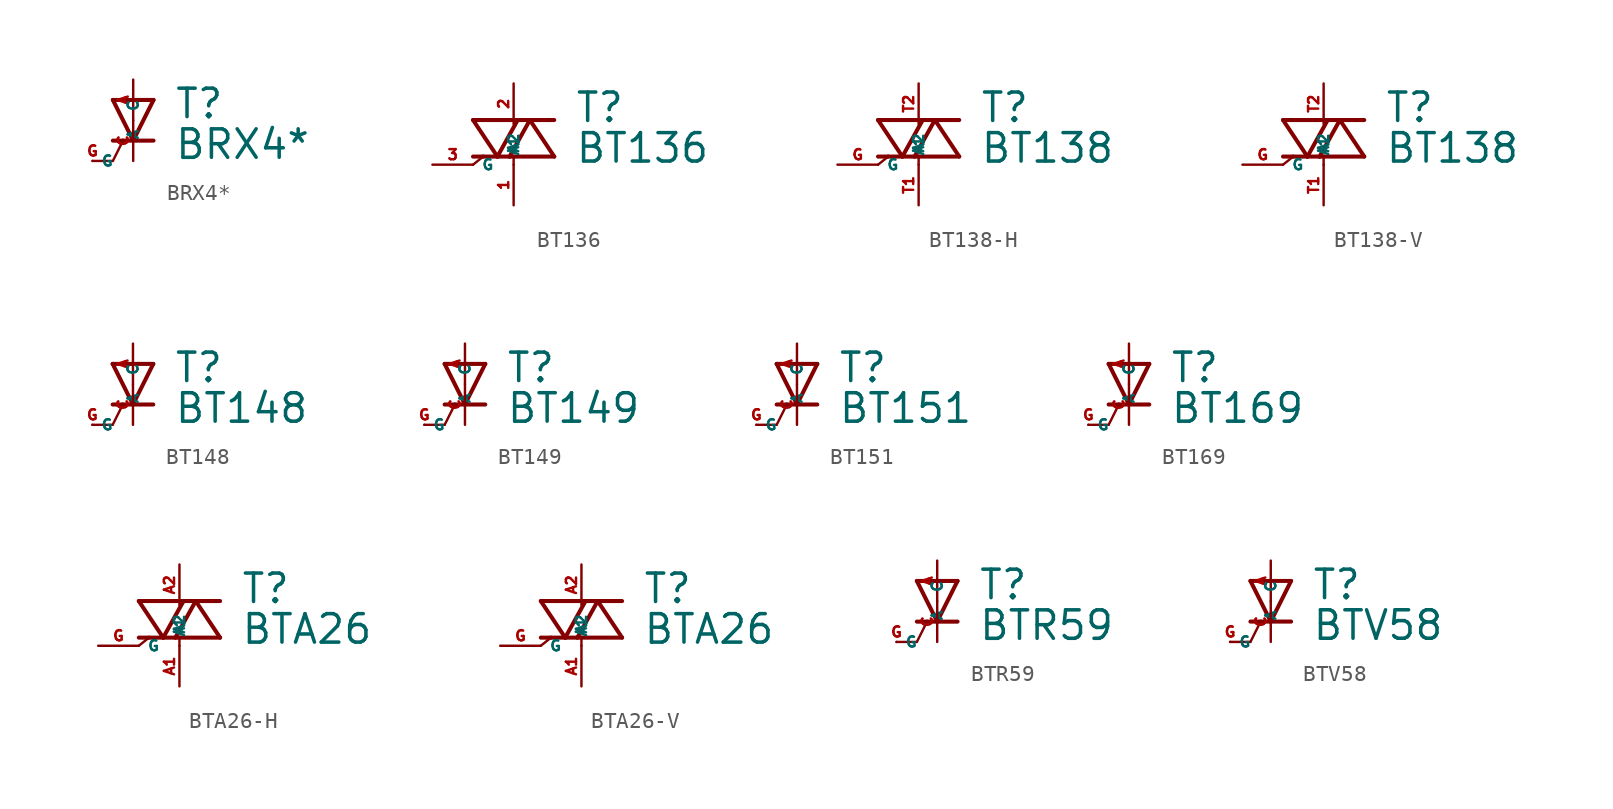
<source format=kicad_sym>
(kicad_symbol_lib
  (version 20220914)
  (generator Eagle2Kicad)
  (symbol "BRX4*"
    (property "Reference" "T"
      (at 2.54 0 0)
      (effects (font (size 1.778 1.778) (thickness 0.22)) (justify left bottom)))
    (property "Value" "BRX4*"
      (at 2.54 -2.54 0)
      (effects (font (size 1.778 1.778) (thickness 0.22)) (justify left bottom)))
    (polyline
      (pts (xy 0 -1.27) (xy 1.27 -1.27))
      (stroke (width 0.254) (type default))
      (fill (type none)))
    (polyline
      (pts (xy -1.27 -1.27) (xy -0.635 -1.27))
      (stroke (width 0.254) (type default))
      (fill (type none)))
    (polyline
      (pts (xy 1.27 1.27) (xy 0 -1.27))
      (stroke (width 0.254) (type default))
      (fill (type none)))
    (polyline
      (pts (xy 0 -1.27) (xy -1.27 1.27))
      (stroke (width 0.254) (type default))
      (fill (type none)))
    (polyline
      (pts (xy -0.635 -1.27) (xy -1.27 -2.54))
      (stroke (width 0.152) (type default))
      (fill (type none)))
    (polyline
      (pts (xy -0.635 -1.27) (xy 0 -1.27))
      (stroke (width 0.254) (type default))
      (fill (type none)))
    (polyline
      (pts (xy -1.27 -2.54) (xy -2.54 -2.54))
      (stroke (width 0.152) (type default))
      (fill (type none)))
    (polyline
      (pts (xy -1.27 1.27) (xy 1.27 1.27))
      (stroke (width 0.254) (type default))
      (fill (type none)))
    (pin passive line
      (at 0 -2.54 90)
      (length 2.54)
      (name "C" (effects (font (size 0.635 0.635) (thickness 0.08)) (justify left bottom)))
      (number "C" (effects (font (size 0.635 0.635) (thickness 0.08)) (justify left bottom))))
    (pin passive line
      (at 0 2.54 270)
      (length 2.54)
      (name "A" (effects (font (size 0.635 0.635) (thickness 0.08)) (justify left bottom)))
      (number "A" (effects (font (size 0.635 0.635) (thickness 0.08)) (justify left bottom))))
    (pin passive line
      (at -2.54 -2.54 0)
      (length 0)
      (name "G" (effects (font (size 0.635 0.635) (thickness 0.08)) (justify left bottom)))
      (number "G" (effects (font (size 0.635 0.635) (thickness 0.08)) (justify left bottom)))))
  (symbol "BT136"
    (property "Reference" "T"
      (at 3.81 2.54 0)
      (effects (font (size 1.778 1.778) (thickness 0.22)) (justify left bottom)))
    (property "Value" "BT136"
      (at 3.81 0 0)
      (effects (font (size 1.778 1.778) (thickness 0.22)) (justify left bottom)))
    (polyline
      (pts (xy -2.54 2.794) (xy -1.016 0.508))
      (stroke (width 0.254) (type default))
      (fill (type none)))
    (polyline
      (pts (xy -1.016 0.508) (xy 0.254 2.794))
      (stroke (width 0.254) (type default))
      (fill (type none)))
    (polyline
      (pts (xy 0.254 2.794) (xy -2.54 2.794))
      (stroke (width 0.254) (type default))
      (fill (type none)))
    (polyline
      (pts (xy 1.016 2.794) (xy 0.254 2.794))
      (stroke (width 0.254) (type default))
      (fill (type none)))
    (polyline
      (pts (xy -0.254 0.508) (xy 1.016 2.794))
      (stroke (width 0.254) (type default))
      (fill (type none)))
    (polyline
      (pts (xy 1.016 2.794) (xy 2.54 0.508))
      (stroke (width 0.254) (type default))
      (fill (type none)))
    (polyline
      (pts (xy 2.54 0.508) (xy 0 0.508))
      (stroke (width 0.254) (type default))
      (fill (type none)))
    (polyline
      (pts (xy 0 0.508) (xy -0.254 0.508))
      (stroke (width 0.254) (type default))
      (fill (type none)))
    (polyline
      (pts (xy 1.016 2.794) (xy 2.54 2.794))
      (stroke (width 0.254) (type default))
      (fill (type none)))
    (polyline
      (pts (xy -1.905 0.508) (xy -2.54 0))
      (stroke (width 0.152) (type default))
      (fill (type none)))
    (polyline
      (pts (xy -1.016 0.508) (xy -1.905 0.508))
      (stroke (width 0.254) (type default))
      (fill (type none)))
    (polyline
      (pts (xy -1.905 0.508) (xy -2.54 0.508))
      (stroke (width 0.254) (type default))
      (fill (type none)))
    (polyline
      (pts (xy -1.016 0.508) (xy -0.254 0.508))
      (stroke (width 0.254) (type default))
      (fill (type none)))
    (polyline
      (pts (xy 0 0) (xy 0 0.508))
      (stroke (width 0.152) (type default))
      (fill (type none)))
    (pin passive line
      (at 0 5.08 270)
      (length 2.54)
      (name "A2" (effects (font (size 0.635 0.635) (thickness 0.08)) (justify left bottom)))
      (number "2" (effects (font (size 0.635 0.635) (thickness 0.08)) (justify left bottom))))
    (pin passive line
      (at 0 -2.54 90)
      (length 2.54)
      (name "A1" (effects (font (size 0.635 0.635) (thickness 0.08)) (justify left bottom)))
      (number "1" (effects (font (size 0.635 0.635) (thickness 0.08)) (justify left bottom))))
    (pin passive line
      (at -5.08 0 0)
      (length 2.54)
      (name "G" (effects (font (size 0.635 0.635) (thickness 0.08)) (justify left bottom)))
      (number "3" (effects (font (size 0.635 0.635) (thickness 0.08)) (justify left bottom)))))
  (symbol "BT138-H"
    (property "Reference" "T"
      (at 3.81 2.54 0)
      (effects (font (size 1.778 1.778) (thickness 0.22)) (justify left bottom)))
    (property "Value" "BT138"
      (at 3.81 0 0)
      (effects (font (size 1.778 1.778) (thickness 0.22)) (justify left bottom)))
    (polyline
      (pts (xy -2.54 2.794) (xy -1.016 0.508))
      (stroke (width 0.254) (type default))
      (fill (type none)))
    (polyline
      (pts (xy -1.016 0.508) (xy 0.254 2.794))
      (stroke (width 0.254) (type default))
      (fill (type none)))
    (polyline
      (pts (xy 0.254 2.794) (xy -2.54 2.794))
      (stroke (width 0.254) (type default))
      (fill (type none)))
    (polyline
      (pts (xy 1.016 2.794) (xy 0.254 2.794))
      (stroke (width 0.254) (type default))
      (fill (type none)))
    (polyline
      (pts (xy -0.254 0.508) (xy 1.016 2.794))
      (stroke (width 0.254) (type default))
      (fill (type none)))
    (polyline
      (pts (xy 1.016 2.794) (xy 2.54 0.508))
      (stroke (width 0.254) (type default))
      (fill (type none)))
    (polyline
      (pts (xy 2.54 0.508) (xy 0 0.508))
      (stroke (width 0.254) (type default))
      (fill (type none)))
    (polyline
      (pts (xy 0 0.508) (xy -0.254 0.508))
      (stroke (width 0.254) (type default))
      (fill (type none)))
    (polyline
      (pts (xy 1.016 2.794) (xy 2.54 2.794))
      (stroke (width 0.254) (type default))
      (fill (type none)))
    (polyline
      (pts (xy -1.905 0.508) (xy -2.54 0))
      (stroke (width 0.152) (type default))
      (fill (type none)))
    (polyline
      (pts (xy -1.016 0.508) (xy -1.905 0.508))
      (stroke (width 0.254) (type default))
      (fill (type none)))
    (polyline
      (pts (xy -1.905 0.508) (xy -2.54 0.508))
      (stroke (width 0.254) (type default))
      (fill (type none)))
    (polyline
      (pts (xy -1.016 0.508) (xy -0.254 0.508))
      (stroke (width 0.254) (type default))
      (fill (type none)))
    (polyline
      (pts (xy 0 0) (xy 0 0.508))
      (stroke (width 0.152) (type default))
      (fill (type none)))
    (pin passive line
      (at 0 5.08 270)
      (length 2.54)
      (name "A2" (effects (font (size 0.635 0.635) (thickness 0.08)) (justify left bottom)))
      (number "T2" (effects (font (size 0.635 0.635) (thickness 0.08)) (justify left bottom))))
    (pin passive line
      (at 0 -2.54 90)
      (length 2.54)
      (name "A1" (effects (font (size 0.635 0.635) (thickness 0.08)) (justify left bottom)))
      (number "T1" (effects (font (size 0.635 0.635) (thickness 0.08)) (justify left bottom))))
    (pin passive line
      (at -5.08 0 0)
      (length 2.54)
      (name "G" (effects (font (size 0.635 0.635) (thickness 0.08)) (justify left bottom)))
      (number "G" (effects (font (size 0.635 0.635) (thickness 0.08)) (justify left bottom)))))
  (symbol "BT138-V"
    (property "Reference" "T"
      (at 3.81 2.54 0)
      (effects (font (size 1.778 1.778) (thickness 0.22)) (justify left bottom)))
    (property "Value" "BT138"
      (at 3.81 0 0)
      (effects (font (size 1.778 1.778) (thickness 0.22)) (justify left bottom)))
    (polyline
      (pts (xy -2.54 2.794) (xy -1.016 0.508))
      (stroke (width 0.254) (type default))
      (fill (type none)))
    (polyline
      (pts (xy -1.016 0.508) (xy 0.254 2.794))
      (stroke (width 0.254) (type default))
      (fill (type none)))
    (polyline
      (pts (xy 0.254 2.794) (xy -2.54 2.794))
      (stroke (width 0.254) (type default))
      (fill (type none)))
    (polyline
      (pts (xy 1.016 2.794) (xy 0.254 2.794))
      (stroke (width 0.254) (type default))
      (fill (type none)))
    (polyline
      (pts (xy -0.254 0.508) (xy 1.016 2.794))
      (stroke (width 0.254) (type default))
      (fill (type none)))
    (polyline
      (pts (xy 1.016 2.794) (xy 2.54 0.508))
      (stroke (width 0.254) (type default))
      (fill (type none)))
    (polyline
      (pts (xy 2.54 0.508) (xy 0 0.508))
      (stroke (width 0.254) (type default))
      (fill (type none)))
    (polyline
      (pts (xy 0 0.508) (xy -0.254 0.508))
      (stroke (width 0.254) (type default))
      (fill (type none)))
    (polyline
      (pts (xy 1.016 2.794) (xy 2.54 2.794))
      (stroke (width 0.254) (type default))
      (fill (type none)))
    (polyline
      (pts (xy -1.905 0.508) (xy -2.54 0))
      (stroke (width 0.152) (type default))
      (fill (type none)))
    (polyline
      (pts (xy -1.016 0.508) (xy -1.905 0.508))
      (stroke (width 0.254) (type default))
      (fill (type none)))
    (polyline
      (pts (xy -1.905 0.508) (xy -2.54 0.508))
      (stroke (width 0.254) (type default))
      (fill (type none)))
    (polyline
      (pts (xy -1.016 0.508) (xy -0.254 0.508))
      (stroke (width 0.254) (type default))
      (fill (type none)))
    (polyline
      (pts (xy 0 0) (xy 0 0.508))
      (stroke (width 0.152) (type default))
      (fill (type none)))
    (pin passive line
      (at 0 5.08 270)
      (length 2.54)
      (name "A2" (effects (font (size 0.635 0.635) (thickness 0.08)) (justify left bottom)))
      (number "T2" (effects (font (size 0.635 0.635) (thickness 0.08)) (justify left bottom))))
    (pin passive line
      (at 0 -2.54 90)
      (length 2.54)
      (name "A1" (effects (font (size 0.635 0.635) (thickness 0.08)) (justify left bottom)))
      (number "T1" (effects (font (size 0.635 0.635) (thickness 0.08)) (justify left bottom))))
    (pin passive line
      (at -5.08 0 0)
      (length 2.54)
      (name "G" (effects (font (size 0.635 0.635) (thickness 0.08)) (justify left bottom)))
      (number "G" (effects (font (size 0.635 0.635) (thickness 0.08)) (justify left bottom)))))
  (symbol "BT148"
    (property "Reference" "T"
      (at 2.54 0 0)
      (effects (font (size 1.778 1.778) (thickness 0.22)) (justify left bottom)))
    (property "Value" "BT148"
      (at 2.54 -2.54 0)
      (effects (font (size 1.778 1.778) (thickness 0.22)) (justify left bottom)))
    (polyline
      (pts (xy 0 -1.27) (xy 1.27 -1.27))
      (stroke (width 0.254) (type default))
      (fill (type none)))
    (polyline
      (pts (xy -1.27 -1.27) (xy -0.635 -1.27))
      (stroke (width 0.254) (type default))
      (fill (type none)))
    (polyline
      (pts (xy 1.27 1.27) (xy 0 -1.27))
      (stroke (width 0.254) (type default))
      (fill (type none)))
    (polyline
      (pts (xy 0 -1.27) (xy -1.27 1.27))
      (stroke (width 0.254) (type default))
      (fill (type none)))
    (polyline
      (pts (xy -0.635 -1.27) (xy -1.27 -2.54))
      (stroke (width 0.152) (type default))
      (fill (type none)))
    (polyline
      (pts (xy -0.635 -1.27) (xy 0 -1.27))
      (stroke (width 0.254) (type default))
      (fill (type none)))
    (polyline
      (pts (xy -1.27 -2.54) (xy -2.54 -2.54))
      (stroke (width 0.152) (type default))
      (fill (type none)))
    (polyline
      (pts (xy -1.27 1.27) (xy 1.27 1.27))
      (stroke (width 0.254) (type default))
      (fill (type none)))
    (pin passive line
      (at 0 -2.54 90)
      (length 2.54)
      (name "C" (effects (font (size 0.635 0.635) (thickness 0.08)) (justify left bottom)))
      (number "C" (effects (font (size 0.635 0.635) (thickness 0.08)) (justify left bottom))))
    (pin passive line
      (at 0 2.54 270)
      (length 2.54)
      (name "A" (effects (font (size 0.635 0.635) (thickness 0.08)) (justify left bottom)))
      (number "A" (effects (font (size 0.635 0.635) (thickness 0.08)) (justify left bottom))))
    (pin passive line
      (at -2.54 -2.54 0)
      (length 0)
      (name "G" (effects (font (size 0.635 0.635) (thickness 0.08)) (justify left bottom)))
      (number "G" (effects (font (size 0.635 0.635) (thickness 0.08)) (justify left bottom)))))
  (symbol "BT149"
    (property "Reference" "T"
      (at 2.54 0 0)
      (effects (font (size 1.778 1.778) (thickness 0.22)) (justify left bottom)))
    (property "Value" "BT149"
      (at 2.54 -2.54 0)
      (effects (font (size 1.778 1.778) (thickness 0.22)) (justify left bottom)))
    (polyline
      (pts (xy 0 -1.27) (xy 1.27 -1.27))
      (stroke (width 0.254) (type default))
      (fill (type none)))
    (polyline
      (pts (xy -1.27 -1.27) (xy -0.635 -1.27))
      (stroke (width 0.254) (type default))
      (fill (type none)))
    (polyline
      (pts (xy 1.27 1.27) (xy 0 -1.27))
      (stroke (width 0.254) (type default))
      (fill (type none)))
    (polyline
      (pts (xy 0 -1.27) (xy -1.27 1.27))
      (stroke (width 0.254) (type default))
      (fill (type none)))
    (polyline
      (pts (xy -0.635 -1.27) (xy -1.27 -2.54))
      (stroke (width 0.152) (type default))
      (fill (type none)))
    (polyline
      (pts (xy -0.635 -1.27) (xy 0 -1.27))
      (stroke (width 0.254) (type default))
      (fill (type none)))
    (polyline
      (pts (xy -1.27 -2.54) (xy -2.54 -2.54))
      (stroke (width 0.152) (type default))
      (fill (type none)))
    (polyline
      (pts (xy -1.27 1.27) (xy 1.27 1.27))
      (stroke (width 0.254) (type default))
      (fill (type none)))
    (pin passive line
      (at 0 -2.54 90)
      (length 2.54)
      (name "C" (effects (font (size 0.635 0.635) (thickness 0.08)) (justify left bottom)))
      (number "C" (effects (font (size 0.635 0.635) (thickness 0.08)) (justify left bottom))))
    (pin passive line
      (at 0 2.54 270)
      (length 2.54)
      (name "A" (effects (font (size 0.635 0.635) (thickness 0.08)) (justify left bottom)))
      (number "A" (effects (font (size 0.635 0.635) (thickness 0.08)) (justify left bottom))))
    (pin passive line
      (at -2.54 -2.54 0)
      (length 0)
      (name "G" (effects (font (size 0.635 0.635) (thickness 0.08)) (justify left bottom)))
      (number "G" (effects (font (size 0.635 0.635) (thickness 0.08)) (justify left bottom)))))
  (symbol "BT151"
    (property "Reference" "T"
      (at 2.54 0 0)
      (effects (font (size 1.778 1.778) (thickness 0.22)) (justify left bottom)))
    (property "Value" "BT151"
      (at 2.54 -2.54 0)
      (effects (font (size 1.778 1.778) (thickness 0.22)) (justify left bottom)))
    (polyline
      (pts (xy 0 -1.27) (xy 1.27 -1.27))
      (stroke (width 0.254) (type default))
      (fill (type none)))
    (polyline
      (pts (xy -1.27 -1.27) (xy -0.635 -1.27))
      (stroke (width 0.254) (type default))
      (fill (type none)))
    (polyline
      (pts (xy 1.27 1.27) (xy 0 -1.27))
      (stroke (width 0.254) (type default))
      (fill (type none)))
    (polyline
      (pts (xy 0 -1.27) (xy -1.27 1.27))
      (stroke (width 0.254) (type default))
      (fill (type none)))
    (polyline
      (pts (xy -0.635 -1.27) (xy -1.27 -2.54))
      (stroke (width 0.152) (type default))
      (fill (type none)))
    (polyline
      (pts (xy -0.635 -1.27) (xy 0 -1.27))
      (stroke (width 0.254) (type default))
      (fill (type none)))
    (polyline
      (pts (xy -1.27 -2.54) (xy -2.54 -2.54))
      (stroke (width 0.152) (type default))
      (fill (type none)))
    (polyline
      (pts (xy -1.27 1.27) (xy 1.27 1.27))
      (stroke (width 0.254) (type default))
      (fill (type none)))
    (pin passive line
      (at 0 -2.54 90)
      (length 2.54)
      (name "C" (effects (font (size 0.635 0.635) (thickness 0.08)) (justify left bottom)))
      (number "C" (effects (font (size 0.635 0.635) (thickness 0.08)) (justify left bottom))))
    (pin passive line
      (at 0 2.54 270)
      (length 2.54)
      (name "A" (effects (font (size 0.635 0.635) (thickness 0.08)) (justify left bottom)))
      (number "A" (effects (font (size 0.635 0.635) (thickness 0.08)) (justify left bottom))))
    (pin passive line
      (at -2.54 -2.54 0)
      (length 0)
      (name "G" (effects (font (size 0.635 0.635) (thickness 0.08)) (justify left bottom)))
      (number "G" (effects (font (size 0.635 0.635) (thickness 0.08)) (justify left bottom)))))
  (symbol "BT169"
    (property "Reference" "T"
      (at 2.54 0 0)
      (effects (font (size 1.778 1.778) (thickness 0.22)) (justify left bottom)))
    (property "Value" "BT169"
      (at 2.54 -2.54 0)
      (effects (font (size 1.778 1.778) (thickness 0.22)) (justify left bottom)))
    (polyline
      (pts (xy 0 -1.27) (xy 1.27 -1.27))
      (stroke (width 0.254) (type default))
      (fill (type none)))
    (polyline
      (pts (xy -1.27 -1.27) (xy -0.635 -1.27))
      (stroke (width 0.254) (type default))
      (fill (type none)))
    (polyline
      (pts (xy 1.27 1.27) (xy 0 -1.27))
      (stroke (width 0.254) (type default))
      (fill (type none)))
    (polyline
      (pts (xy 0 -1.27) (xy -1.27 1.27))
      (stroke (width 0.254) (type default))
      (fill (type none)))
    (polyline
      (pts (xy -0.635 -1.27) (xy -1.27 -2.54))
      (stroke (width 0.152) (type default))
      (fill (type none)))
    (polyline
      (pts (xy -0.635 -1.27) (xy 0 -1.27))
      (stroke (width 0.254) (type default))
      (fill (type none)))
    (polyline
      (pts (xy -1.27 -2.54) (xy -2.54 -2.54))
      (stroke (width 0.152) (type default))
      (fill (type none)))
    (polyline
      (pts (xy -1.27 1.27) (xy 1.27 1.27))
      (stroke (width 0.254) (type default))
      (fill (type none)))
    (pin passive line
      (at 0 -2.54 90)
      (length 2.54)
      (name "C" (effects (font (size 0.635 0.635) (thickness 0.08)) (justify left bottom)))
      (number "C" (effects (font (size 0.635 0.635) (thickness 0.08)) (justify left bottom))))
    (pin passive line
      (at 0 2.54 270)
      (length 2.54)
      (name "A" (effects (font (size 0.635 0.635) (thickness 0.08)) (justify left bottom)))
      (number "A" (effects (font (size 0.635 0.635) (thickness 0.08)) (justify left bottom))))
    (pin passive line
      (at -2.54 -2.54 0)
      (length 0)
      (name "G" (effects (font (size 0.635 0.635) (thickness 0.08)) (justify left bottom)))
      (number "G" (effects (font (size 0.635 0.635) (thickness 0.08)) (justify left bottom)))))
  (symbol "BTA26-H"
    (property "Reference" "T"
      (at 3.81 2.54 0)
      (effects (font (size 1.778 1.778) (thickness 0.22)) (justify left bottom)))
    (property "Value" "BTA26"
      (at 3.81 0 0)
      (effects (font (size 1.778 1.778) (thickness 0.22)) (justify left bottom)))
    (polyline
      (pts (xy -2.54 2.794) (xy -1.016 0.508))
      (stroke (width 0.254) (type default))
      (fill (type none)))
    (polyline
      (pts (xy -1.016 0.508) (xy 0.254 2.794))
      (stroke (width 0.254) (type default))
      (fill (type none)))
    (polyline
      (pts (xy 0.254 2.794) (xy -2.54 2.794))
      (stroke (width 0.254) (type default))
      (fill (type none)))
    (polyline
      (pts (xy 1.016 2.794) (xy 0.254 2.794))
      (stroke (width 0.254) (type default))
      (fill (type none)))
    (polyline
      (pts (xy -0.254 0.508) (xy 1.016 2.794))
      (stroke (width 0.254) (type default))
      (fill (type none)))
    (polyline
      (pts (xy 1.016 2.794) (xy 2.54 0.508))
      (stroke (width 0.254) (type default))
      (fill (type none)))
    (polyline
      (pts (xy 2.54 0.508) (xy 0 0.508))
      (stroke (width 0.254) (type default))
      (fill (type none)))
    (polyline
      (pts (xy 0 0.508) (xy -0.254 0.508))
      (stroke (width 0.254) (type default))
      (fill (type none)))
    (polyline
      (pts (xy 1.016 2.794) (xy 2.54 2.794))
      (stroke (width 0.254) (type default))
      (fill (type none)))
    (polyline
      (pts (xy -1.905 0.508) (xy -2.54 0))
      (stroke (width 0.152) (type default))
      (fill (type none)))
    (polyline
      (pts (xy -1.016 0.508) (xy -1.905 0.508))
      (stroke (width 0.254) (type default))
      (fill (type none)))
    (polyline
      (pts (xy -1.905 0.508) (xy -2.54 0.508))
      (stroke (width 0.254) (type default))
      (fill (type none)))
    (polyline
      (pts (xy -1.016 0.508) (xy -0.254 0.508))
      (stroke (width 0.254) (type default))
      (fill (type none)))
    (polyline
      (pts (xy 0 0) (xy 0 0.508))
      (stroke (width 0.152) (type default))
      (fill (type none)))
    (pin passive line
      (at 0 5.08 270)
      (length 2.54)
      (name "A2" (effects (font (size 0.635 0.635) (thickness 0.08)) (justify left bottom)))
      (number "A2" (effects (font (size 0.635 0.635) (thickness 0.08)) (justify left bottom))))
    (pin passive line
      (at 0 -2.54 90)
      (length 2.54)
      (name "A1" (effects (font (size 0.635 0.635) (thickness 0.08)) (justify left bottom)))
      (number "A1" (effects (font (size 0.635 0.635) (thickness 0.08)) (justify left bottom))))
    (pin passive line
      (at -5.08 0 0)
      (length 2.54)
      (name "G" (effects (font (size 0.635 0.635) (thickness 0.08)) (justify left bottom)))
      (number "G" (effects (font (size 0.635 0.635) (thickness 0.08)) (justify left bottom)))))
  (symbol "BTA26-V"
    (property "Reference" "T"
      (at 3.81 2.54 0)
      (effects (font (size 1.778 1.778) (thickness 0.22)) (justify left bottom)))
    (property "Value" "BTA26"
      (at 3.81 0 0)
      (effects (font (size 1.778 1.778) (thickness 0.22)) (justify left bottom)))
    (polyline
      (pts (xy -2.54 2.794) (xy -1.016 0.508))
      (stroke (width 0.254) (type default))
      (fill (type none)))
    (polyline
      (pts (xy -1.016 0.508) (xy 0.254 2.794))
      (stroke (width 0.254) (type default))
      (fill (type none)))
    (polyline
      (pts (xy 0.254 2.794) (xy -2.54 2.794))
      (stroke (width 0.254) (type default))
      (fill (type none)))
    (polyline
      (pts (xy 1.016 2.794) (xy 0.254 2.794))
      (stroke (width 0.254) (type default))
      (fill (type none)))
    (polyline
      (pts (xy -0.254 0.508) (xy 1.016 2.794))
      (stroke (width 0.254) (type default))
      (fill (type none)))
    (polyline
      (pts (xy 1.016 2.794) (xy 2.54 0.508))
      (stroke (width 0.254) (type default))
      (fill (type none)))
    (polyline
      (pts (xy 2.54 0.508) (xy 0 0.508))
      (stroke (width 0.254) (type default))
      (fill (type none)))
    (polyline
      (pts (xy 0 0.508) (xy -0.254 0.508))
      (stroke (width 0.254) (type default))
      (fill (type none)))
    (polyline
      (pts (xy 1.016 2.794) (xy 2.54 2.794))
      (stroke (width 0.254) (type default))
      (fill (type none)))
    (polyline
      (pts (xy -1.905 0.508) (xy -2.54 0))
      (stroke (width 0.152) (type default))
      (fill (type none)))
    (polyline
      (pts (xy -1.016 0.508) (xy -1.905 0.508))
      (stroke (width 0.254) (type default))
      (fill (type none)))
    (polyline
      (pts (xy -1.905 0.508) (xy -2.54 0.508))
      (stroke (width 0.254) (type default))
      (fill (type none)))
    (polyline
      (pts (xy -1.016 0.508) (xy -0.254 0.508))
      (stroke (width 0.254) (type default))
      (fill (type none)))
    (polyline
      (pts (xy 0 0) (xy 0 0.508))
      (stroke (width 0.152) (type default))
      (fill (type none)))
    (pin passive line
      (at 0 5.08 270)
      (length 2.54)
      (name "A2" (effects (font (size 0.635 0.635) (thickness 0.08)) (justify left bottom)))
      (number "A2" (effects (font (size 0.635 0.635) (thickness 0.08)) (justify left bottom))))
    (pin passive line
      (at 0 -2.54 90)
      (length 2.54)
      (name "A1" (effects (font (size 0.635 0.635) (thickness 0.08)) (justify left bottom)))
      (number "A1" (effects (font (size 0.635 0.635) (thickness 0.08)) (justify left bottom))))
    (pin passive line
      (at -5.08 0 0)
      (length 2.54)
      (name "G" (effects (font (size 0.635 0.635) (thickness 0.08)) (justify left bottom)))
      (number "G" (effects (font (size 0.635 0.635) (thickness 0.08)) (justify left bottom)))))
  (symbol "BTR59"
    (property "Reference" "T"
      (at 2.54 0 0)
      (effects (font (size 1.778 1.778) (thickness 0.22)) (justify left bottom)))
    (property "Value" "BTR59"
      (at 2.54 -2.54 0)
      (effects (font (size 1.778 1.778) (thickness 0.22)) (justify left bottom)))
    (polyline
      (pts (xy 0 -1.27) (xy 1.27 -1.27))
      (stroke (width 0.254) (type default))
      (fill (type none)))
    (polyline
      (pts (xy -1.27 -1.27) (xy -0.635 -1.27))
      (stroke (width 0.254) (type default))
      (fill (type none)))
    (polyline
      (pts (xy 1.27 1.27) (xy 0 -1.27))
      (stroke (width 0.254) (type default))
      (fill (type none)))
    (polyline
      (pts (xy 0 -1.27) (xy -1.27 1.27))
      (stroke (width 0.254) (type default))
      (fill (type none)))
    (polyline
      (pts (xy -0.635 -1.27) (xy -1.27 -2.54))
      (stroke (width 0.152) (type default))
      (fill (type none)))
    (polyline
      (pts (xy -0.635 -1.27) (xy 0 -1.27))
      (stroke (width 0.254) (type default))
      (fill (type none)))
    (polyline
      (pts (xy -1.27 -2.54) (xy -2.54 -2.54))
      (stroke (width 0.152) (type default))
      (fill (type none)))
    (polyline
      (pts (xy -1.27 1.27) (xy 1.27 1.27))
      (stroke (width 0.254) (type default))
      (fill (type none)))
    (pin passive line
      (at 0 -2.54 90)
      (length 2.54)
      (name "C" (effects (font (size 0.635 0.635) (thickness 0.08)) (justify left bottom)))
      (number "C" (effects (font (size 0.635 0.635) (thickness 0.08)) (justify left bottom))))
    (pin passive line
      (at 0 2.54 270)
      (length 2.54)
      (name "A" (effects (font (size 0.635 0.635) (thickness 0.08)) (justify left bottom)))
      (number "A" (effects (font (size 0.635 0.635) (thickness 0.08)) (justify left bottom))))
    (pin passive line
      (at -2.54 -2.54 0)
      (length 0)
      (name "G" (effects (font (size 0.635 0.635) (thickness 0.08)) (justify left bottom)))
      (number "G" (effects (font (size 0.635 0.635) (thickness 0.08)) (justify left bottom)))))
  (symbol "BTV58"
    (property "Reference" "T"
      (at 2.54 0 0)
      (effects (font (size 1.778 1.778) (thickness 0.22)) (justify left bottom)))
    (property "Value" "BTV58"
      (at 2.54 -2.54 0)
      (effects (font (size 1.778 1.778) (thickness 0.22)) (justify left bottom)))
    (polyline
      (pts (xy 0 -1.27) (xy 1.27 -1.27))
      (stroke (width 0.254) (type default))
      (fill (type none)))
    (polyline
      (pts (xy -1.27 -1.27) (xy -0.635 -1.27))
      (stroke (width 0.254) (type default))
      (fill (type none)))
    (polyline
      (pts (xy 1.27 1.27) (xy 0 -1.27))
      (stroke (width 0.254) (type default))
      (fill (type none)))
    (polyline
      (pts (xy 0 -1.27) (xy -1.27 1.27))
      (stroke (width 0.254) (type default))
      (fill (type none)))
    (polyline
      (pts (xy -0.635 -1.27) (xy -1.27 -2.54))
      (stroke (width 0.152) (type default))
      (fill (type none)))
    (polyline
      (pts (xy -0.635 -1.27) (xy 0 -1.27))
      (stroke (width 0.254) (type default))
      (fill (type none)))
    (polyline
      (pts (xy -1.27 -2.54) (xy -2.54 -2.54))
      (stroke (width 0.152) (type default))
      (fill (type none)))
    (polyline
      (pts (xy -1.27 1.27) (xy 1.27 1.27))
      (stroke (width 0.254) (type default))
      (fill (type none)))
    (pin passive line
      (at 0 -2.54 90)
      (length 2.54)
      (name "C" (effects (font (size 0.635 0.635) (thickness 0.08)) (justify left bottom)))
      (number "C" (effects (font (size 0.635 0.635) (thickness 0.08)) (justify left bottom))))
    (pin passive line
      (at 0 2.54 270)
      (length 2.54)
      (name "A" (effects (font (size 0.635 0.635) (thickness 0.08)) (justify left bottom)))
      (number "A" (effects (font (size 0.635 0.635) (thickness 0.08)) (justify left bottom))))
    (pin passive line
      (at -2.54 -2.54 0)
      (length 0)
      (name "G" (effects (font (size 0.635 0.635) (thickness 0.08)) (justify left bottom)))
      (number "G" (effects (font (size 0.635 0.635) (thickness 0.08)) (justify left bottom))))))
</source>
